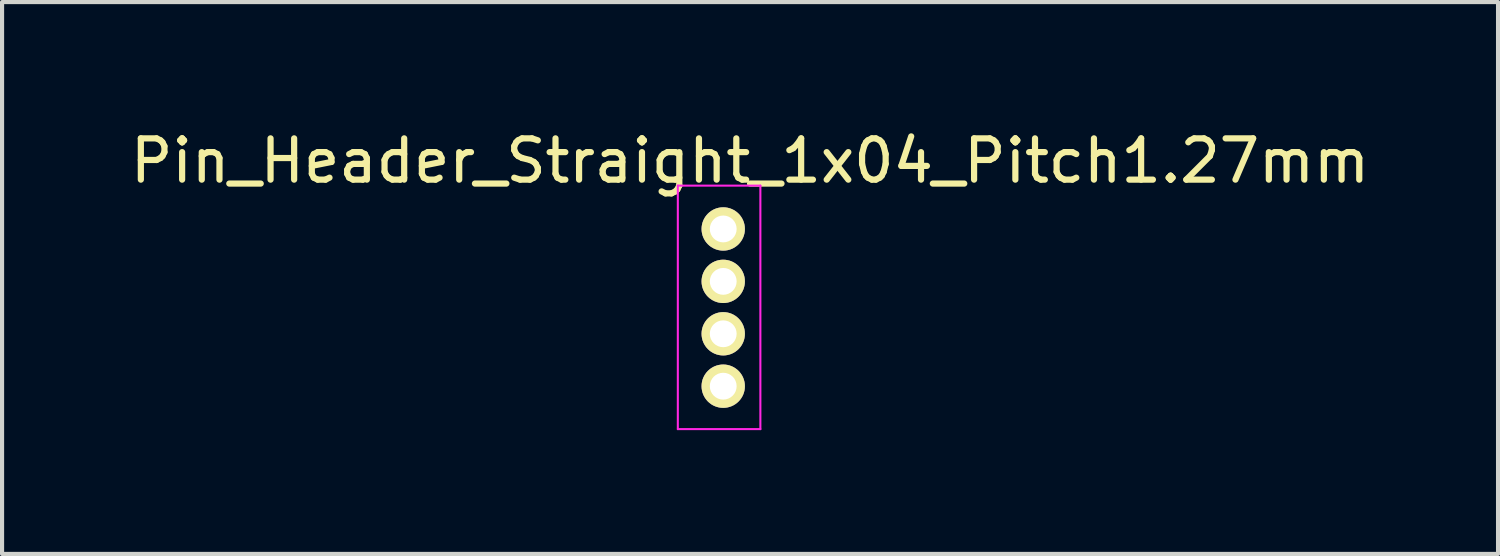
<source format=kicad_pcb>
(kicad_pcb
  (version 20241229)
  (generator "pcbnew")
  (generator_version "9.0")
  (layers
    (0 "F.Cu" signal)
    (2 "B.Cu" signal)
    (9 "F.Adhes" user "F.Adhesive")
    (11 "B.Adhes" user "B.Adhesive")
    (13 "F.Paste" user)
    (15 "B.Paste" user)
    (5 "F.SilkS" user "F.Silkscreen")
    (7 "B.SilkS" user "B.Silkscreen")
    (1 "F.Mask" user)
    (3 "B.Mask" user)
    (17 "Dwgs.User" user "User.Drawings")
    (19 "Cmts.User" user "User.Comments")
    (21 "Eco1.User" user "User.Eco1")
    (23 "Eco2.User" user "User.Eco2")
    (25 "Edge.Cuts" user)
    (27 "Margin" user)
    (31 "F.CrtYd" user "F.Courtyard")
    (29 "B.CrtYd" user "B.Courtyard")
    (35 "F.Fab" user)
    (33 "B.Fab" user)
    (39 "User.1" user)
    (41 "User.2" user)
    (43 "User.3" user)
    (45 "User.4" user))
  (footprint "Pin_Header_Straight_1x04_Pitch1.27mm"
    (layer "F.Cu")
    (at 14.475 2.498)
    (property "Reference" "Pin_Header_Straight_1x04_Pitch1.27mm" (at 0.65 -1.65 0) (layer "F.SilkS") (effects (font (size 1 1) (thickness 0.15))))
    (attr through_hole)
    (fp_line (start -1.1 -1.05) (end -1.1 4.85) (stroke (width 0.05) (type solid)) (layer "F.CrtYd"))
    (fp_line (start -1.1 -1.05) (end 0.9 -1.05) (stroke (width 0.05) (type solid)) (layer "F.CrtYd"))
    (fp_line (start -1.1 4.85) (end 0.9 4.85) (stroke (width 0.05) (type solid)) (layer "F.CrtYd"))
    (fp_line (start 0.9 -1.05) (end 0.9 4.85) (stroke (width 0.05) (type solid)) (layer "F.CrtYd"))
    (pad "1" thru_hole circle (at 0 0) (size 1.05 1.05) (drill 0.65) (layers "*.Cu" "*.Mask" "F.SilkS"))
    (pad "2" thru_hole circle (at 0 1.27) (size 1.05 1.05) (drill 0.65) (layers "*.Cu" "*.Mask" "F.SilkS"))
    (pad "3" thru_hole circle (at 0 2.54) (size 1.05 1.05) (drill 0.65) (layers "*.Cu" "*.Mask" "F.SilkS"))
    (pad "4" thru_hole circle (at 0 3.81) (size 1.05 1.05) (drill 0.65) (layers "*.Cu" "*.Mask" "F.SilkS")))
  (gr_rect
    (start -3 -3)
    (end 33.25 10.373)
    (stroke (width 0.1) (type default))
    (fill no)
    (layer "Edge.Cuts")))
</source>
